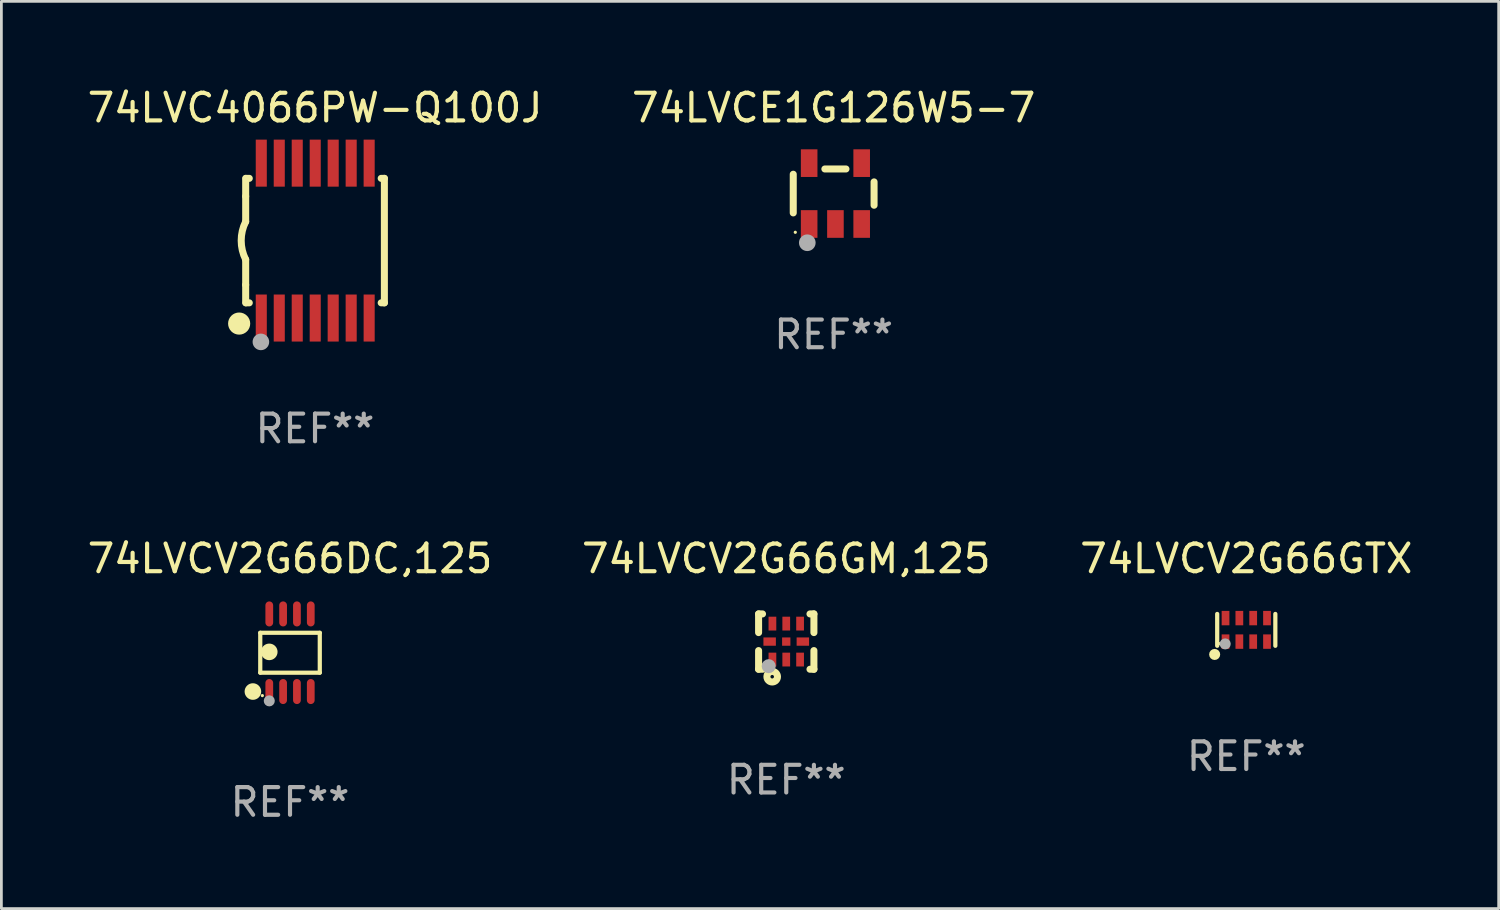
<source format=kicad_pcb>
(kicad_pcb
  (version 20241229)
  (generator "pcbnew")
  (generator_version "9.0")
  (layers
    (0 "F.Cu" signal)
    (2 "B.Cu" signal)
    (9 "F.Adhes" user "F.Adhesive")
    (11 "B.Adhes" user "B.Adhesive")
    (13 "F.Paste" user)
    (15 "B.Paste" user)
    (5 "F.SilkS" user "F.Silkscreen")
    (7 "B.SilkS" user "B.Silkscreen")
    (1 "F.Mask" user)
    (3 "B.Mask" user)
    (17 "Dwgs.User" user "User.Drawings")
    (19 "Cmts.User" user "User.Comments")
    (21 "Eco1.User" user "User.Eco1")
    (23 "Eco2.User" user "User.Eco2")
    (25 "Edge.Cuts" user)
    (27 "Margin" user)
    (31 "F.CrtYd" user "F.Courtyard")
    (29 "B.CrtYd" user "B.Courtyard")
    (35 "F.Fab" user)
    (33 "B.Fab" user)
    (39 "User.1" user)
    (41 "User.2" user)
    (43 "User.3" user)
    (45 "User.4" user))
  (footprint "74LVCV2G66GM,125"
    (layer "F.Cu")
    (at 25.375 20.145)
    (property "Reference" "74LVCV2G66GM,125" (at 0 -3 0) (layer "F.SilkS") (effects (font (size 1 1) (thickness 0.15))))
    (attr through_hole)
    (fp_line (start -1 -1) (end -0.858 -1) (stroke (width 0.254) (type solid)) (layer "F.SilkS"))
    (fp_line (start -1 -0.325) (end -1 -1) (stroke (width 0.254) (type solid)) (layer "F.SilkS"))
    (fp_line (start -1 1) (end -1 0.325) (stroke (width 0.254) (type solid)) (layer "F.SilkS"))
    (fp_line (start -0.858 1) (end -1 1) (stroke (width 0.254) (type solid)) (layer "F.SilkS"))
    (fp_line (start 0.858 -1) (end 1 -1) (stroke (width 0.254) (type solid)) (layer "F.SilkS"))
    (fp_line (start 1 -1) (end 1 -0.325) (stroke (width 0.254) (type solid)) (layer "F.SilkS"))
    (fp_line (start 1 0.325) (end 1 1) (stroke (width 0.254) (type solid)) (layer "F.SilkS"))
    (fp_line (start 1 1) (end 0.858 1) (stroke (width 0.254) (type solid)) (layer "F.SilkS"))
    (fp_circle (center -0.8 0.8) (end -0.77 0.8) (stroke (width 0.06) (type solid)) (fill no) (layer "F.SilkS"))
    (fp_circle (center -0.508 1.27) (end -0.444 1.27) (stroke (width 0.254) (type solid)) (fill no) (layer "F.SilkS"))
    (fp_circle (center -0.635 0.889) (end -0.508 0.889) (stroke (width 0.254) (type solid)) (fill no) (layer "F.Fab"))
    (fp_text user "REF**" (at 0 5 0) (layer "F.Fab") (effects (font (size 1 1) (thickness 0.15))))
    (pad "1" smd rect (at -0.5 0.65 90) (size 0.5 0.28) (layers "F.Cu" "F.Mask" "F.Paste"))
    (pad "2" smd rect (at 0.000013 0.65 90) (size 0.5 0.28) (layers "F.Cu" "F.Mask" "F.Paste"))
    (pad "3" smd rect (at 0.5 0.65 90) (size 0.5 0.28) (layers "F.Cu" "F.Mask" "F.Paste"))
    (pad "4" smd rect (at 0.6 0.000076 180) (size 0.45 0.3) (layers "F.Cu" "F.Mask" "F.Paste"))
    (pad "5" smd rect (at 0.5 -0.65 90) (size 0.5 0.28) (layers "F.Cu" "F.Mask" "F.Paste"))
    (pad "6" smd rect (at 0.000013 -0.65 90) (size 0.5 0.28) (layers "F.Cu" "F.Mask" "F.Paste"))
    (pad "7" smd rect (at -0.5 -0.65 90) (size 0.5 0.28) (layers "F.Cu" "F.Mask" "F.Paste"))
    (pad "8" smd rect (at -0.6 0.000076 180) (size 0.45 0.3) (layers "F.Cu" "F.Mask" "F.Paste"))
    (pad "9" smd rect (at 0.000013 0.000076 180) (size 0.3 0.3) (layers "F.Cu" "F.Mask" "F.Paste")))
  (footprint "74LVCE1G126W5-7"
    (layer "F.Cu")
    (at 27.089 3.948)
    (property "Reference" "74LVCE1G126W5-7" (at 0 -3.1 0) (layer "F.SilkS") (effects (font (size 1 1) (thickness 0.15))))
    (attr through_hole)
    (fp_line (start -1.461 -0.699) (end -1.461 0.699) (stroke (width 0.254) (type solid)) (layer "F.SilkS"))
    (fp_line (start -0.318 -0.889) (end 0.445 -0.889) (stroke (width 0.254) (type solid)) (layer "F.SilkS"))
    (fp_line (start 1.461 -0.422) (end 1.461 0.422) (stroke (width 0.254) (type solid)) (layer "F.SilkS"))
    (fp_circle (center -1.387 1.4) (end -1.357 1.4) (stroke (width 0.06) (type solid)) (fill no) (layer "F.SilkS"))
    (fp_circle (center -0.953 1.778) (end -0.802 1.778) (stroke (width 0.3) (type solid)) (fill no) (layer "F.Fab"))
    (fp_text user "REF**" (at 0 5.1 0) (layer "F.Fab") (effects (font (size 1 1) (thickness 0.15))))
    (pad "1" smd rect (at -0.886 1.1) (size 0.6 1) (layers "F.Cu" "F.Mask" "F.Paste"))
    (pad "2" smd rect (at 0.064 1.1) (size 0.6 1) (layers "F.Cu" "F.Mask" "F.Paste"))
    (pad "3" smd rect (at 1.013 1.1) (size 0.6 1) (layers "F.Cu" "F.Mask" "F.Paste"))
    (pad "4" smd rect (at 1.013 -1.1) (size 0.6 1) (layers "F.Cu" "F.Mask" "F.Paste"))
    (pad "5" smd rect (at -0.886 -1.1) (size 0.6 1) (layers "F.Cu" "F.Mask" "F.Paste")))
  (footprint "74LVCV2G66GTX"
    (layer "F.Cu")
    (at 42.006 19.721)
    (property "Reference" "74LVCV2G66GTX" (at 0 -2.576 0) (layer "F.SilkS") (effects (font (size 1 1) (thickness 0.15))))
    (attr through_hole)
    (fp_line (start -1.051 0.576) (end -1.051 -0.576) (stroke (width 0.152) (type solid)) (layer "F.SilkS"))
    (fp_line (start 1.051 -0.576) (end 1.051 0.576) (stroke (width 0.152) (type solid)) (layer "F.SilkS"))
    (fp_circle (center -1.143 0.889) (end -1.043 0.889) (stroke (width 0.2) (type solid)) (fill no) (layer "F.SilkS"))
    (fp_circle (center -0.975 0.5) (end -0.945 0.5) (stroke (width 0.06) (type solid)) (fill no) (layer "F.SilkS"))
    (fp_circle (center -0.762 0.508) (end -0.662 0.508) (stroke (width 0.2) (type solid)) (fill no) (layer "F.Fab"))
    (fp_text user "REF**" (at 0 4.576 0) (layer "F.Fab") (effects (font (size 1 1) (thickness 0.15))))
    (pad "1" smd rect (at -0.75 0.425) (size 0.28 0.521) (layers "F.Cu" "F.Mask" "F.Paste"))
    (pad "2" smd rect (at -0.25 0.425) (size 0.28 0.521) (layers "F.Cu" "F.Mask" "F.Paste"))
    (pad "3" smd rect (at 0.25 0.425) (size 0.28 0.521) (layers "F.Cu" "F.Mask" "F.Paste"))
    (pad "4" smd rect (at 0.75 0.425) (size 0.28 0.521) (layers "F.Cu" "F.Mask" "F.Paste"))
    (pad "5" smd rect (at 0.75 -0.425) (size 0.28 0.521) (layers "F.Cu" "F.Mask" "F.Paste"))
    (pad "6" smd rect (at 0.25 -0.425) (size 0.28 0.521) (layers "F.Cu" "F.Mask" "F.Paste"))
    (pad "7" smd rect (at -0.25 -0.425) (size 0.28 0.521) (layers "F.Cu" "F.Mask" "F.Paste"))
    (pad "8" smd rect (at -0.75 -0.425) (size 0.28 0.521) (layers "F.Cu" "F.Mask" "F.Paste")))
  (footprint "74LVCV2G66DC,125"
    (layer "F.Cu")
    (at 7.435 20.548)
    (property "Reference" "74LVCV2G66DC,125" (at 0 -3.403 0) (layer "F.SilkS") (effects (font (size 1 1) (thickness 0.15))))
    (attr through_hole)
    (fp_line (start -1.076 -0.721) (end 1.076 -0.721) (stroke (width 0.152) (type solid)) (layer "F.SilkS"))
    (fp_line (start -1.076 0.721) (end -1.076 -0.721) (stroke (width 0.152) (type solid)) (layer "F.SilkS"))
    (fp_line (start 1.076 -0.721) (end 1.076 0.721) (stroke (width 0.152) (type solid)) (layer "F.SilkS"))
    (fp_line (start 1.076 0.721) (end -1.076 0.721) (stroke (width 0.152) (type solid)) (layer "F.SilkS"))
    (fp_circle (center -1.342 1.403) (end -1.192 1.403) (stroke (width 0.3) (type solid)) (fill no) (layer "F.SilkS"))
    (fp_circle (center -1 1.55) (end -0.97 1.55) (stroke (width 0.06) (type solid)) (fill no) (layer "F.SilkS"))
    (fp_circle (center -0.75 -0.031) (end -0.6 -0.031) (stroke (width 0.3) (type solid)) (fill no) (layer "F.SilkS"))
    (fp_circle (center -0.75 1.74) (end -0.65 1.74) (stroke (width 0.2) (type solid)) (fill no) (layer "F.Fab"))
    (fp_text user "REF**" (at 0 5.403 0) (layer "F.Fab") (effects (font (size 1 1) (thickness 0.15))))
    (pad "1" smd oval (at -0.75 1.403) (size 0.28 0.905) (layers "F.Cu" "F.Mask" "F.Paste"))
    (pad "2" smd oval (at -0.25 1.403) (size 0.28 0.905) (layers "F.Cu" "F.Mask" "F.Paste"))
    (pad "3" smd oval (at 0.25 1.403) (size 0.28 0.905) (layers "F.Cu" "F.Mask" "F.Paste"))
    (pad "4" smd oval (at 0.75 1.403) (size 0.28 0.905) (layers "F.Cu" "F.Mask" "F.Paste"))
    (pad "5" smd oval (at 0.75 -1.403) (size 0.28 0.905) (layers "F.Cu" "F.Mask" "F.Paste"))
    (pad "6" smd oval (at 0.25 -1.403) (size 0.28 0.905) (layers "F.Cu" "F.Mask" "F.Paste"))
    (pad "7" smd oval (at -0.25 -1.403) (size 0.28 0.905) (layers "F.Cu" "F.Mask" "F.Paste"))
    (pad "8" smd oval (at -0.75 -1.403) (size 0.28 0.905) (layers "F.Cu" "F.Mask" "F.Paste")))
  (footprint "74LVC4066PW-Q100J"
    (layer "F.Cu")
    (at 8.339 5.648)
    (property "Reference" "74LVC4066PW-Q100J" (at 0 -4.8 0) (layer "F.SilkS") (effects (font (size 1 1) (thickness 0.15))))
    (attr through_hole)
    (fp_line (start -2.507 -1.6) (end -2.507 -2.25) (stroke (width 0.254) (type solid)) (layer "F.SilkS"))
    (fp_line (start -2.507 -0.686) (end -2.507 -1.6) (stroke (width 0.254) (type solid)) (layer "F.SilkS"))
    (fp_line (start -2.507 1.6) (end -2.507 0.686) (stroke (width 0.254) (type solid)) (layer "F.SilkS"))
    (fp_line (start -2.507 1.6) (end -2.507 2.25) (stroke (width 0.254) (type solid)) (layer "F.SilkS"))
    (fp_line (start -2.493 -2.25) (end -2.377 -2.25) (stroke (width 0.254) (type solid)) (layer "F.SilkS"))
    (fp_line (start -2.377 2.25) (end -2.493 2.25) (stroke (width 0.254) (type solid)) (layer "F.SilkS"))
    (fp_line (start 2.392 -2.25) (end 2.507 -2.25) (stroke (width 0.254) (type solid)) (layer "F.SilkS"))
    (fp_line (start 2.507 -2.25) (end 2.507 2.25) (stroke (width 0.254) (type solid)) (layer "F.SilkS"))
    (fp_line (start 2.507 2.25) (end 2.392 2.25) (stroke (width 0.254) (type solid)) (layer "F.SilkS"))
    (fp_arc (start -2.507303 0.685802) (mid -2.669199 0) (end -2.507303 -0.685801) (stroke (width 0.254001) (type solid)) (layer "F.SilkS"))
    (fp_circle (center -2.743 3) (end -2.543 3) (stroke (width 0.4) (type solid)) (fill no) (layer "F.SilkS"))
    (fp_circle (center -2.493 3.2) (end -2.463 3.2) (stroke (width 0.06) (type solid)) (fill no) (layer "F.SilkS"))
    (fp_circle (center -1.957 3.662) (end -1.807 3.662) (stroke (width 0.3) (type solid)) (fill no) (layer "F.Fab"))
    (fp_text user "REF**" (at 0 6.8 0) (layer "F.Fab") (effects (font (size 1 1) (thickness 0.15))))
    (pad "1" smd rect (at -1.943 2.8) (size 0.4 1.7) (layers "F.Cu" "F.Mask" "F.Paste"))
    (pad "2" smd rect (at -1.293 2.8) (size 0.4 1.7) (layers "F.Cu" "F.Mask" "F.Paste"))
    (pad "3" smd rect (at -0.643 2.8) (size 0.4 1.7) (layers "F.Cu" "F.Mask" "F.Paste"))
    (pad "4" smd rect (at 0.007 2.8) (size 0.4 1.7) (layers "F.Cu" "F.Mask" "F.Paste"))
    (pad "5" smd rect (at 0.657 2.8) (size 0.4 1.7) (layers "F.Cu" "F.Mask" "F.Paste"))
    (pad "6" smd rect (at 1.307 2.8) (size 0.4 1.7) (layers "F.Cu" "F.Mask" "F.Paste"))
    (pad "7" smd rect (at 1.957 2.8) (size 0.4 1.7) (layers "F.Cu" "F.Mask" "F.Paste"))
    (pad "8" smd rect (at 1.957 -2.8) (size 0.4 1.7) (layers "F.Cu" "F.Mask" "F.Paste"))
    (pad "9" smd rect (at 1.307 -2.8) (size 0.4 1.7) (layers "F.Cu" "F.Mask" "F.Paste"))
    (pad "10" smd rect (at 0.657 -2.8) (size 0.4 1.7) (layers "F.Cu" "F.Mask" "F.Paste"))
    (pad "11" smd rect (at 0.007 -2.8) (size 0.4 1.7) (layers "F.Cu" "F.Mask" "F.Paste"))
    (pad "12" smd rect (at -0.643 -2.8) (size 0.4 1.7) (layers "F.Cu" "F.Mask" "F.Paste"))
    (pad "13" smd rect (at -1.293 -2.8) (size 0.4 1.7) (layers "F.Cu" "F.Mask" "F.Paste"))
    (pad "14" smd rect (at -1.943 -2.8) (size 0.4 1.7) (layers "F.Cu" "F.Mask" "F.Paste")))
  (gr_rect
    (start -3 -3)
    (end 51.131 29.798)
    (stroke (width 0.1) (type default))
    (fill no)
    (layer "Edge.Cuts")))
</source>
